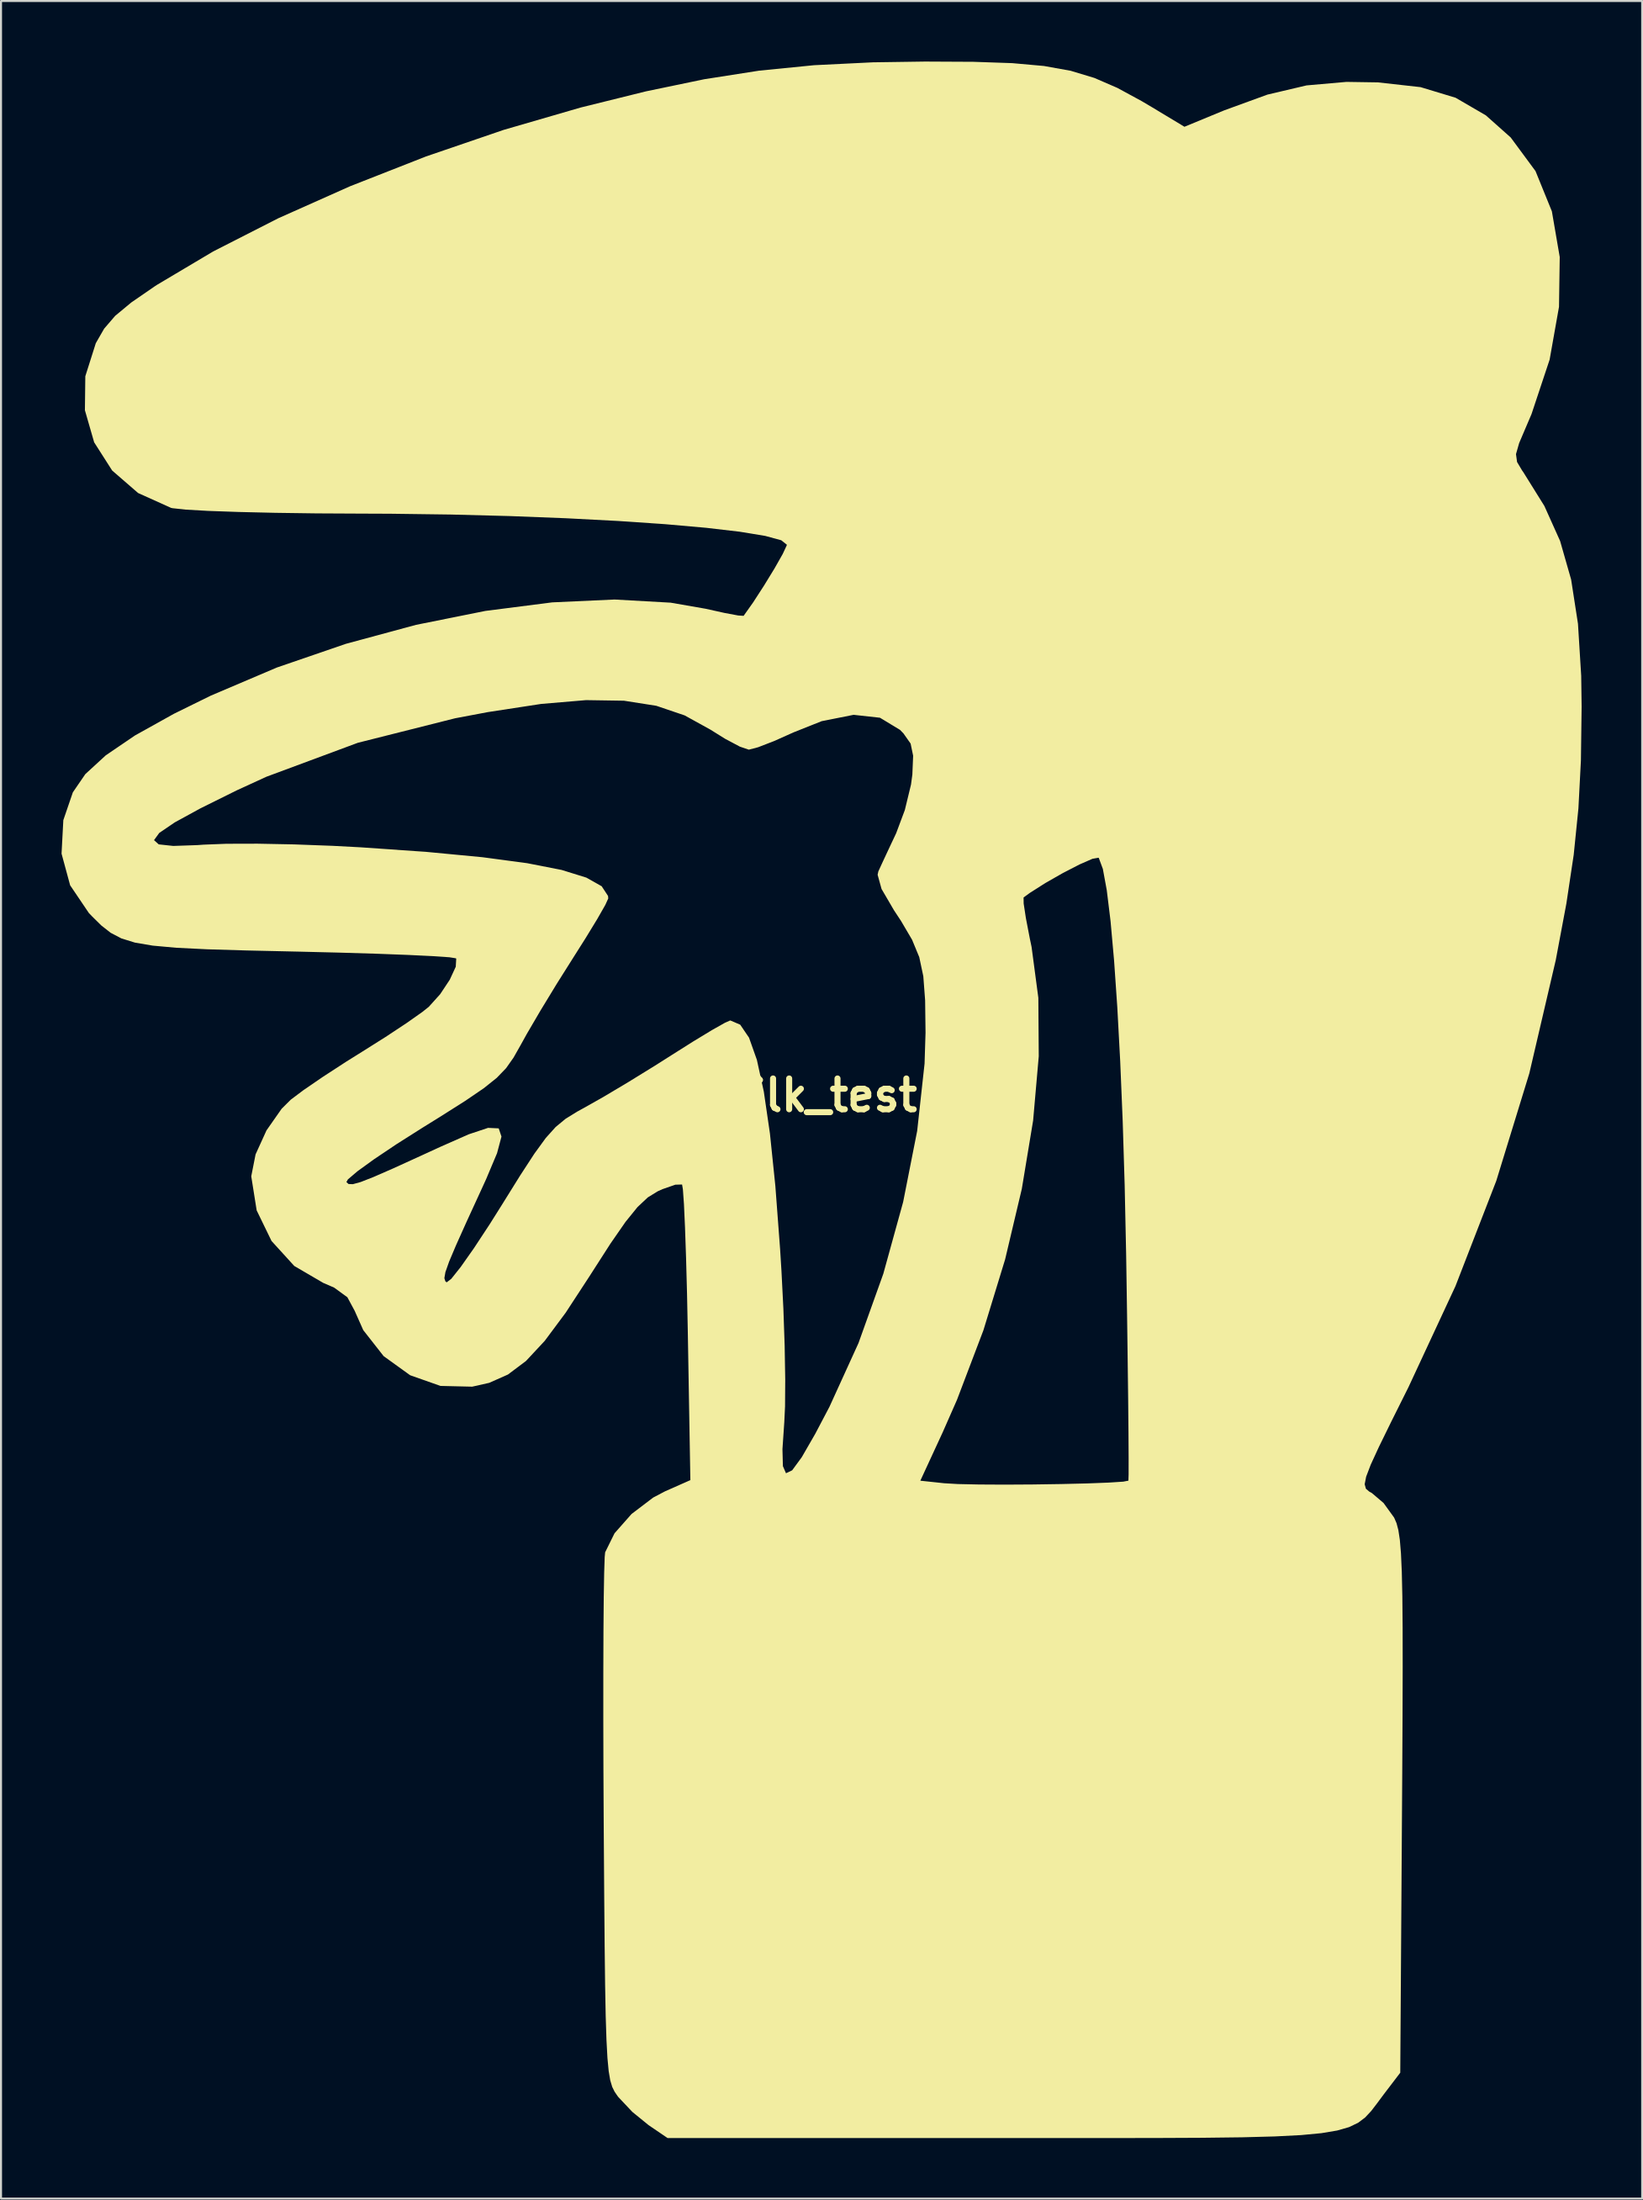
<source format=kicad_pcb>
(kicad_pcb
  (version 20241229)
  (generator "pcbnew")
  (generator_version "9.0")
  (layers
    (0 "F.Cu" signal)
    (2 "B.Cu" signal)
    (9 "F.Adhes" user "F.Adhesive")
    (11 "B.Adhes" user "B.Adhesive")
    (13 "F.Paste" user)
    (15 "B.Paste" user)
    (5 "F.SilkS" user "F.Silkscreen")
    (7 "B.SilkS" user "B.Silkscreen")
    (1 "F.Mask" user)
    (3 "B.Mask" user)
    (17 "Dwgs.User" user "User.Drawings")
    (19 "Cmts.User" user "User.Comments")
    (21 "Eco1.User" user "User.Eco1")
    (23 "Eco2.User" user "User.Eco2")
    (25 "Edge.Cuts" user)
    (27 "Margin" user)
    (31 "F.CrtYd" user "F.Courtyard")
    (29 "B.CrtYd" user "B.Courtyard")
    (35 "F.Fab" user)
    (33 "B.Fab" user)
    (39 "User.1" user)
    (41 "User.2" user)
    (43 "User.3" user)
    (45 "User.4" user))
  (footprint "silk_test"
    (layer "F.Cu")
    (at 37.648 51.212)
    (property "Reference" "silk_test" (at 0 0 0) (layer "F.SilkS") (effects (font (size 1.524 1.524) (thickness 0.3))))
    (attr board_only exclude_from_pos_files exclude_from_bom)
    (fp_poly (pts (xy 7.529 -51.2) (xy 9.458 -51.134) (xy 11.029 -50.993) (xy 12.35 -50.756) (xy 13.526 -50.401) (xy 14.664 -49.908) (xy 15.87 -49.253) (xy 16.379 -48.952) (xy 17.989 -47.982) (xy 19.959 -48.795) (xy 22.1 -49.575) (xy 24.039 -50.031) (xy 26.014 -50.205) (xy 27.577 -50.181) (xy 29.689 -49.945) (xy 31.423 -49.42) (xy 32.922 -48.548) (xy 34.154 -47.452) (xy 35.383 -45.787) (xy 36.194 -43.793) (xy 36.583 -41.53) (xy 36.547 -39.061) (xy 36.083 -36.447) (xy 35.186 -33.75) (xy 34.949 -33.195) (xy 34.572 -32.311) (xy 34.416 -31.765) (xy 34.469 -31.375) (xy 34.717 -30.958) (xy 34.784 -30.863) (xy 35.823 -29.195) (xy 36.602 -27.461) (xy 37.148 -25.552) (xy 37.487 -23.362) (xy 37.647 -20.782) (xy 37.668 -19.257) (xy 37.633 -16.592) (xy 37.509 -14.214) (xy 37.276 -11.916) (xy 36.911 -9.492) (xy 36.393 -6.734) (xy 36.385 -6.693) (xy 35.076 -1.086) (xy 33.44 4.236) (xy 31.416 9.455) (xy 29.087 14.461) (xy 28.242 16.154) (xy 27.627 17.41) (xy 27.218 18.299) (xy 26.991 18.894) (xy 26.919 19.266) (xy 26.979 19.488) (xy 27.146 19.631) (xy 27.275 19.703) (xy 27.853 20.194) (xy 28.37 20.909) (xy 28.386 20.939) (xy 28.497 21.195) (xy 28.588 21.539) (xy 28.661 22.022) (xy 28.717 22.695) (xy 28.758 23.608) (xy 28.785 24.813) (xy 28.799 26.361) (xy 28.802 28.303) (xy 28.795 30.689) (xy 28.78 33.57) (xy 28.77 35.126) (xy 28.682 48.419) (xy 27.864 49.491) (xy 27.533 49.936) (xy 27.242 50.316) (xy 26.944 50.635) (xy 26.594 50.899) (xy 26.147 51.114) (xy 25.557 51.283) (xy 24.777 51.414) (xy 23.764 51.51) (xy 22.47 51.576) (xy 20.85 51.619) (xy 18.859 51.643) (xy 16.451 51.654) (xy 13.58 51.656) (xy 10.201 51.655) (xy 8.818 51.655) (xy -7.621 51.656) (xy -8.565 51.014) (xy -9.366 50.362) (xy -10.055 49.632) (xy -10.105 49.567) (xy -10.247 49.359) (xy -10.365 49.12) (xy -10.462 48.796) (xy -10.54 48.336) (xy -10.601 47.686) (xy -10.649 46.795) (xy -10.687 45.609) (xy -10.716 44.076) (xy -10.739 42.144) (xy -10.76 39.761) (xy -10.78 36.873) (xy -10.786 36.01) (xy -10.8 33.347) (xy -10.806 30.845) (xy -10.805 28.564) (xy -10.798 26.567) (xy -10.784 24.913) (xy -10.763 23.664) (xy -10.737 22.881) (xy -10.715 22.639) (xy -10.25 21.697) (xy -9.404 20.739) (xy -8.335 19.927) (xy -7.75 19.619) (xy -6.556 19.091) (xy 4.903 19.091) (xy 6.09 19.218) (xy 6.766 19.257) (xy 7.801 19.279) (xy 9.077 19.286) (xy 10.476 19.278) (xy 11.881 19.257) (xy 13.174 19.226) (xy 14.239 19.185) (xy 14.958 19.138) (xy 15.212 19.089) (xy 15.222 18.789) (xy 15.223 17.98) (xy 15.216 16.724) (xy 15.2 15.084) (xy 15.176 13.121) (xy 15.146 10.897) (xy 15.109 8.474) (xy 15.099 7.848) (xy 15.027 4.465) (xy 14.929 1.274) (xy 14.806 -1.678) (xy 14.663 -4.345) (xy 14.502 -6.679) (xy 14.327 -8.633) (xy 14.14 -10.161) (xy 13.946 -11.216) (xy 13.748 -11.751) (xy 13.731 -11.77) (xy 13.432 -11.718) (xy 12.796 -11.44) (xy 11.969 -11.014) (xy 11.097 -10.517) (xy 10.327 -10.027) (xy 10.018 -9.802) (xy 10.022 -9.503) (xy 10.132 -8.782) (xy 10.326 -7.773) (xy 10.414 -7.354) (xy 10.749 -4.833) (xy 10.77 -1.936) (xy 10.491 1.248) (xy 9.931 4.631) (xy 9.104 8.125) (xy 8.028 11.639) (xy 6.718 15.086) (xy 6.009 16.696) (xy 4.903 19.091) (xy -6.556 19.091) (xy -6.492 19.063) (xy -6.617 11.821) (xy -6.657 9.844) (xy -6.705 8.061) (xy -6.757 6.549) (xy -6.81 5.385) (xy -6.863 4.649) (xy -6.903 4.418) (xy -7.236 4.427) (xy -7.872 4.648) (xy -8.112 4.756) (xy -8.601 5.057) (xy -9.111 5.536) (xy -9.706 6.271) (xy -10.449 7.343) (xy -11.404 8.829) (xy -11.471 8.935) (xy -12.674 10.775) (xy -13.707 12.163) (xy -14.636 13.16) (xy -15.531 13.832) (xy -16.458 14.243) (xy -17.302 14.433) (xy -18.874 14.396) (xy -20.376 13.867) (xy -21.69 12.92) (xy -22.699 11.633) (xy -23.126 10.673) (xy -23.487 10.003) (xy -24.145 9.524) (xy -24.684 9.291) (xy -26.117 8.454) (xy -27.244 7.216) (xy -27.981 5.7) (xy -28.246 4.031) (xy -28.246 3.996) (xy -28.035 2.925) (xy -27.494 1.737) (xy -26.744 0.666) (xy -26.292 0.216) (xy -25.665 -0.255) (xy -24.7 -0.916) (xy -23.546 -1.666) (xy -22.755 -2.16) (xy -21.595 -2.891) (xy -20.555 -3.578) (xy -19.772 -4.13) (xy -19.451 -4.386) (xy -18.889 -5.01) (xy -18.413 -5.727) (xy -18.116 -6.37) (xy -18.093 -6.769) (xy -18.109 -6.788) (xy -18.428 -6.839) (xy -19.243 -6.895) (xy -20.477 -6.955) (xy -22.057 -7.015) (xy -23.905 -7.07) (xy -25.948 -7.12) (xy -26.049 -7.122) (xy -28.497 -7.177) (xy -30.445 -7.235) (xy -31.966 -7.31) (xy -33.132 -7.416) (xy -34.014 -7.566) (xy -34.685 -7.774) (xy -35.216 -8.052) (xy -35.678 -8.414) (xy -36.144 -8.874) (xy -36.298 -9.036) (xy -37.223 -10.405) (xy -37.648 -11.972) (xy -37.613 -12.641) (xy -33.067 -12.641) (xy -32.833 -12.432) (xy -32.113 -12.355) (xy -30.918 -12.396) (xy -30.608 -12.418) (xy -29.479 -12.462) (xy -27.935 -12.466) (xy -26.129 -12.431) (xy -24.216 -12.36) (xy -22.831 -12.287) (xy -19.538 -12.057) (xy -16.794 -11.796) (xy -14.578 -11.5) (xy -12.868 -11.165) (xy -11.645 -10.785) (xy -10.886 -10.357) (xy -10.571 -9.877) (xy -10.56 -9.754) (xy -10.706 -9.433) (xy -11.101 -8.741) (xy -11.684 -7.785) (xy -12.289 -6.829) (xy -13.107 -5.532) (xy -13.911 -4.211) (xy -14.587 -3.057) (xy -14.896 -2.5) (xy -15.253 -1.869) (xy -15.619 -1.349) (xy -16.082 -0.868) (xy -16.729 -0.351) (xy -17.647 0.275) (xy -18.923 1.083) (xy -19.735 1.586) (xy -21.051 2.42) (xy -22.162 3.165) (xy -22.991 3.765) (xy -23.461 4.166) (xy -23.535 4.298) (xy -23.427 4.394) (xy -23.215 4.402) (xy -22.826 4.295) (xy -22.184 4.043) (xy -21.216 3.62) (xy -19.847 2.996) (xy -18.896 2.559) (xy -17.473 1.931) (xy -16.516 1.612) (xy -15.988 1.637) (xy -15.851 2.044) (xy -16.071 2.869) (xy -16.61 4.149) (xy -16.828 4.626) (xy -17.573 6.248) (xy -18.103 7.428) (xy -18.446 8.24) (xy -18.629 8.758) (xy -18.681 9.058) (xy -18.63 9.214) (xy -18.567 9.265) (xy -18.338 9.09) (xy -17.87 8.502) (xy -17.22 7.579) (xy -16.442 6.397) (xy -15.856 5.466) (xy -14.927 3.974) (xy -14.218 2.886) (xy -13.655 2.112) (xy -13.165 1.567) (xy -12.674 1.162) (xy -12.108 0.812) (xy -11.77 0.626) (xy -10.819 0.09) (xy -9.581 -0.647) (xy -8.247 -1.469) (xy -7.441 -1.98) (xy -6.342 -2.674) (xy -5.416 -3.235) (xy -4.768 -3.6) (xy -4.515 -3.71) (xy -4.023 -3.5) (xy -3.585 -2.856) (xy -3.196 -1.757) (xy -2.852 -0.18) (xy -2.549 1.895) (xy -2.281 4.491) (xy -2.045 7.628) (xy -1.978 8.704) (xy -1.883 10.576) (xy -1.82 12.409) (xy -1.792 14.067) (xy -1.801 15.41) (xy -1.839 16.203) (xy -1.929 17.528) (xy -1.907 18.37) (xy -1.754 18.722) (xy -1.449 18.577) (xy -0.973 17.928) (xy -0.305 16.769) (xy 0.399 15.431) (xy 1.839 12.272) (xy 3.069 8.838) (xy 4.051 5.283) (xy 4.746 1.762) (xy 5.112 -1.57) (xy 5.16 -3.101) (xy 5.14 -4.705) (xy 5.05 -5.9) (xy 4.849 -6.847) (xy 4.493 -7.708) (xy 3.943 -8.643) (xy 3.596 -9.169) (xy 2.981 -10.222) (xy 2.786 -10.927) (xy 2.822 -11.094) (xy 3.058 -11.607) (xy 3.437 -12.417) (xy 3.705 -12.985) (xy 4.135 -14.135) (xy 4.44 -15.393) (xy 4.507 -15.89) (xy 4.546 -16.823) (xy 4.421 -17.425) (xy 4.067 -17.928) (xy 3.899 -18.102) (xy 2.902 -18.706) (xy 1.596 -18.85) (xy 0.012 -18.535) (xy -1.381 -17.98) (xy -2.344 -17.55) (xy -3.139 -17.243) (xy -3.594 -17.124) (xy -3.597 -17.124) (xy -4.037 -17.273) (xy -4.771 -17.663) (xy -5.5 -18.117) (xy -6.775 -18.821) (xy -8.178 -19.297) (xy -9.783 -19.549) (xy -11.662 -19.578) (xy -13.887 -19.389) (xy -16.53 -18.984) (xy -18.151 -18.678) (xy -22.969 -17.464) (xy -27.499 -15.782) (xy -28.967 -15.109) (xy -30.766 -14.217) (xy -32.043 -13.519) (xy -32.807 -12.999) (xy -33.067 -12.641) (xy -37.613 -12.641) (xy -37.56 -13.633) (xy -37.088 -15.011) (xy -36.47 -15.913) (xy -35.457 -16.843) (xy -34.007 -17.829) (xy -32.078 -18.903) (xy -30.252 -19.801) (xy -26.98 -21.193) (xy -23.561 -22.367) (xy -20.086 -23.307) (xy -16.648 -23.997) (xy -13.337 -24.421) (xy -10.247 -24.562) (xy -7.468 -24.406) (xy -5.738 -24.105) (xy -4.803 -23.898) (xy -4.124 -23.771) (xy -3.854 -23.753) (xy -3.383 -24.418) (xy -2.842 -25.253) (xy -2.322 -26.103) (xy -1.917 -26.817) (xy -1.719 -27.241) (xy -1.712 -27.278) (xy -1.989 -27.498) (xy -2.783 -27.713) (xy -4.041 -27.92) (xy -5.71 -28.115) (xy -7.737 -28.294) (xy -10.068 -28.453) (xy -12.65 -28.588) (xy -15.429 -28.696) (xy -18.353 -28.772) (xy -21.368 -28.812) (xy -22.833 -28.818) (xy -25.018 -28.829) (xy -27.059 -28.857) (xy -28.874 -28.899) (xy -30.382 -28.952) (xy -31.5 -29.016) (xy -32.148 -29.086) (xy -32.222 -29.102) (xy -33.855 -29.838) (xy -35.14 -30.952) (xy -36.033 -32.35) (xy -36.491 -33.939) (xy -36.471 -35.622) (xy -35.951 -37.262) (xy -35.537 -37.981) (xy -34.992 -38.615) (xy -34.194 -39.277) (xy -33.022 -40.084) (xy -32.914 -40.154) (xy -30.136 -41.805) (xy -26.91 -43.449) (xy -23.355 -45.034) (xy -19.594 -46.51) (xy -15.747 -47.826) (xy -11.935 -48.933) (xy -11.928 -48.935) (xy -8.693 -49.736) (xy -5.806 -50.336) (xy -3.087 -50.761) (xy -0.36 -51.032) (xy 2.555 -51.175) (xy 5.137 -51.212)) (stroke (width 0) (type solid)) (fill yes) (layer "F.SilkS")))
  (gr_rect
    (start -3 -3)
    (end 78.316 105.868)
    (stroke (width 0.1) (type default))
    (fill no)
    (layer "Edge.Cuts")))
</source>
